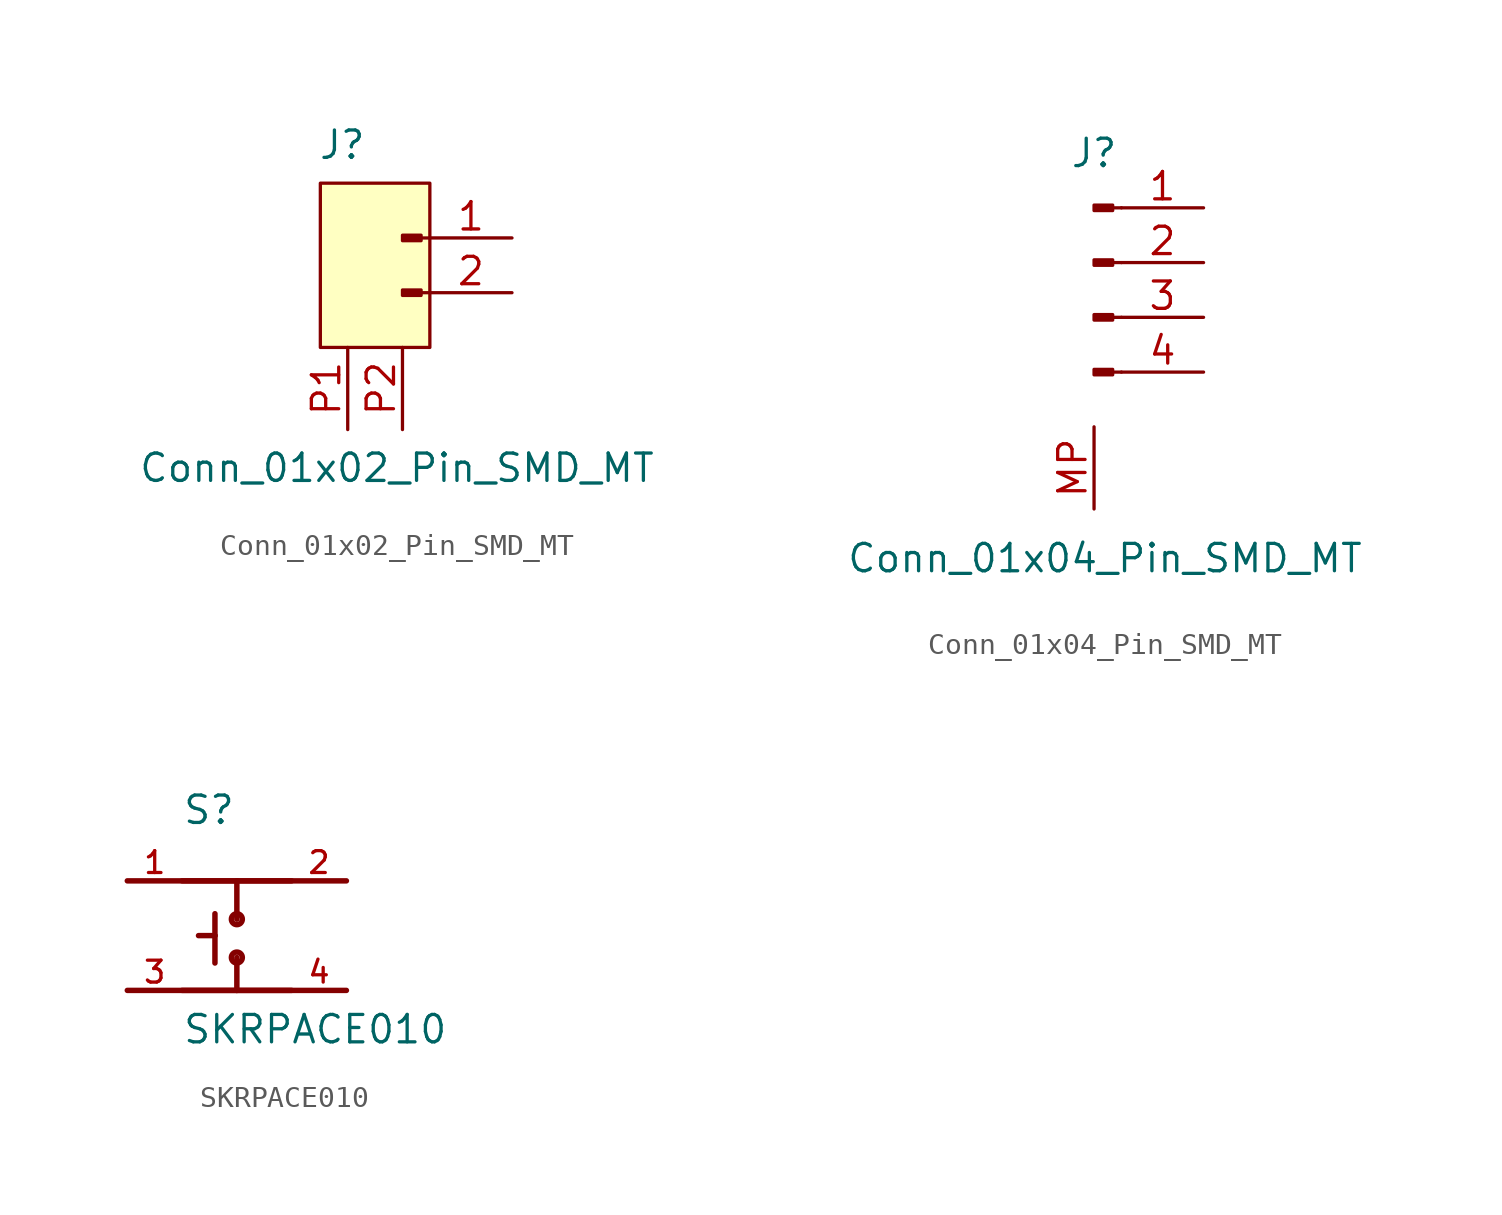
<source format=kicad_sym>
(kicad_symbol_lib
  (version 20241209)
  (generator "kicad_symbol_editor")
  (generator_version "9.0")
  (symbol "Conn_01x02_Pin_SMD_MT"
    (pin_names
      (offset 1.016)
      (hide yes))
    (property "Reference" "J"
      (at -2.794 4.318 0)
      (effects (font (size 1.27 1.27))))
    (property "Value" "Conn_01x02_Pin_SMD_MT"
      (at -0.254 -10.668 0)
      (effects (font (size 1.27 1.27))))
    (symbol "Conn_01x02_Pin_SMD_MT_1_1"
      (rectangle (start -3.81 2.54) (end 1.27 -5.08) (stroke (width 0) (type default)) (fill (type background)))
      (rectangle (start 0.864 0.127) (end 0 -0.127) (stroke (width 0.152) (type default)) (fill (type outline)))
      (rectangle (start 0.864 -2.413) (end 0 -2.667) (stroke (width 0.152) (type default)) (fill (type outline)))
      (polyline (pts (xy 1.27 0) (xy 0.864 0)) (stroke (width 0.152) (type default)) (fill (type none)))
      (polyline (pts (xy 1.27 -2.54) (xy 0.864 -2.54)) (stroke (width 0.152) (type default)) (fill (type none)))
      (pin passive line (at -2.54 -8.89 90) (length 3.81) (name "" (effects (font (size 1.27 1.27)))) (number "P1" (effects (font (size 1.27 1.27)))))
      (pin passive line (at 0 -8.89 90) (length 3.81) (name "" (effects (font (size 1.27 1.27)))) (number "P2" (effects (font (size 1.27 1.27)))))
      (pin passive line (at 5.08 0 180) (length 3.81) (name "Pin_1" (effects (font (size 1.27 1.27)))) (number "1" (effects (font (size 1.27 1.27)))))
      (pin passive line (at 5.08 -2.54 180) (length 3.81) (name "Pin_2" (effects (font (size 1.27 1.27)))) (number "2" (effects (font (size 1.27 1.27)))))))
  (symbol "Conn_01x04_Pin_SMD_MT"
    (pin_names
      (offset 1.016)
      (hide yes))
    (property "Reference" "J"
      (at 0 5.08 0)
      (effects (font (size 1.27 1.27))))
    (property "Value" "Conn_01x04_Pin_SMD_MT"
      (at 0.508 -13.716 0)
      (effects (font (size 1.27 1.27))))
    (property "ki_locked" ""
      (at 0 0 0)
      (effects (font (size 1.27 1.27))))
    (symbol "Conn_01x04_Pin_SMD_MT_1_1"
      (rectangle (start 0.864 2.667) (end 0 2.413) (stroke (width 0.152) (type default)) (fill (type outline)))
      (rectangle (start 0.864 0.127) (end 0 -0.127) (stroke (width 0.152) (type default)) (fill (type outline)))
      (rectangle (start 0.864 -2.413) (end 0 -2.667) (stroke (width 0.152) (type default)) (fill (type outline)))
      (rectangle (start 0.864 -4.953) (end 0 -5.207) (stroke (width 0.152) (type default)) (fill (type outline)))
      (polyline (pts (xy 1.27 2.54) (xy 0.864 2.54)) (stroke (width 0.152) (type default)) (fill (type none)))
      (polyline (pts (xy 1.27 0) (xy 0.864 0)) (stroke (width 0.152) (type default)) (fill (type none)))
      (polyline (pts (xy 1.27 -2.54) (xy 0.864 -2.54)) (stroke (width 0.152) (type default)) (fill (type none)))
      (polyline (pts (xy 1.27 -5.08) (xy 0.864 -5.08)) (stroke (width 0.152) (type default)) (fill (type none)))
      (pin passive line (at 0 -11.43 90) (length 3.81) (name "" (effects (font (size 1.27 1.27)))) (number "MP" (effects (font (size 1.27 1.27)))))
      (pin passive line (at 5.08 2.54 180) (length 3.81) (name "Pin_1" (effects (font (size 1.27 1.27)))) (number "1" (effects (font (size 1.27 1.27)))))
      (pin passive line (at 5.08 0 180) (length 3.81) (name "Pin_2" (effects (font (size 1.27 1.27)))) (number "2" (effects (font (size 1.27 1.27)))))
      (pin passive line (at 5.08 -2.54 180) (length 3.81) (name "Pin_3" (effects (font (size 1.27 1.27)))) (number "3" (effects (font (size 1.27 1.27)))))
      (pin passive line (at 5.08 -5.08 180) (length 3.81) (name "Pin_4" (effects (font (size 1.27 1.27)))) (number "4" (effects (font (size 1.27 1.27)))))))
  (symbol "SKRPACE010"
    (pin_names
      (offset 1.016))
    (property "Reference" "S"
      (at -2.543 5.086 0)
      (effects (font (size 1.27 1.27)) (justify left bottom)))
    (property "Value" "SKRPACE010"
      (at -2.544 -5.088 0)
      (effects (font (size 1.27 1.27)) (justify left bottom)))
    (symbol "SKRPACE010_0_0"
      (polyline (pts (xy -5.08 2.54) (xy 5.08 2.54)) (stroke (width 0.254) (type default)) (fill (type none)))
      (polyline (pts (xy -2.54 2.54) (xy 0 2.54)) (stroke (width 0.254) (type default)) (fill (type none)))
      (polyline (pts (xy -2.54 -2.54) (xy 0 -2.54)) (stroke (width 0.254) (type default)) (fill (type none)))
      (polyline (pts (xy -1.016 1.016) (xy -1.016 0)) (stroke (width 0.254) (type default)) (fill (type none)))
      (polyline (pts (xy -1.016 0) (xy -1.778 0)) (stroke (width 0.254) (type default)) (fill (type none)))
      (polyline (pts (xy -1.016 0) (xy -1.016 -1.27)) (stroke (width 0.254) (type default)) (fill (type none)))
      (polyline (pts (xy 0 2.54) (xy 2.54 2.54)) (stroke (width 0.254) (type default)) (fill (type none)))
      (circle (center 0 0.762) (radius 0.254) (stroke (width 0.254) (type default)) (fill (type none)))
      (polyline (pts (xy 0 0.762) (xy 0 2.54)) (stroke (width 0.254) (type default)) (fill (type none)))
      (polyline (pts (xy 0 -1.016) (xy 0 -2.54)) (stroke (width 0.254) (type default)) (fill (type none)))
      (circle (center 0 -1.016) (radius 0.254) (stroke (width 0.254) (type default)) (fill (type none)))
      (polyline (pts (xy 0 -2.54) (xy 2.54 -2.54)) (stroke (width 0.254) (type default)) (fill (type none)))
      (polyline (pts (xy 5.08 -2.54) (xy -5.08 -2.54)) (stroke (width 0.254) (type default)) (fill (type none)))
      (pin bidirectional line (at -5.08 2.54 0) (length 2.54) (name "~" (effects (font (size 1.016 1.016)))) (number "1" (effects (font (size 1.016 1.016)))))
      (pin bidirectional line (at -5.08 -2.54 0) (length 2.54) (name "~" (effects (font (size 1.016 1.016)))) (number "3" (effects (font (size 1.016 1.016)))))
      (pin bidirectional line (at 5.08 2.54 180) (length 2.54) (name "~" (effects (font (size 1.016 1.016)))) (number "2" (effects (font (size 1.016 1.016)))))
      (pin bidirectional line (at 5.08 -2.54 180) (length 2.54) (name "~" (effects (font (size 1.016 1.016)))) (number "4" (effects (font (size 1.016 1.016))))))))
</source>
